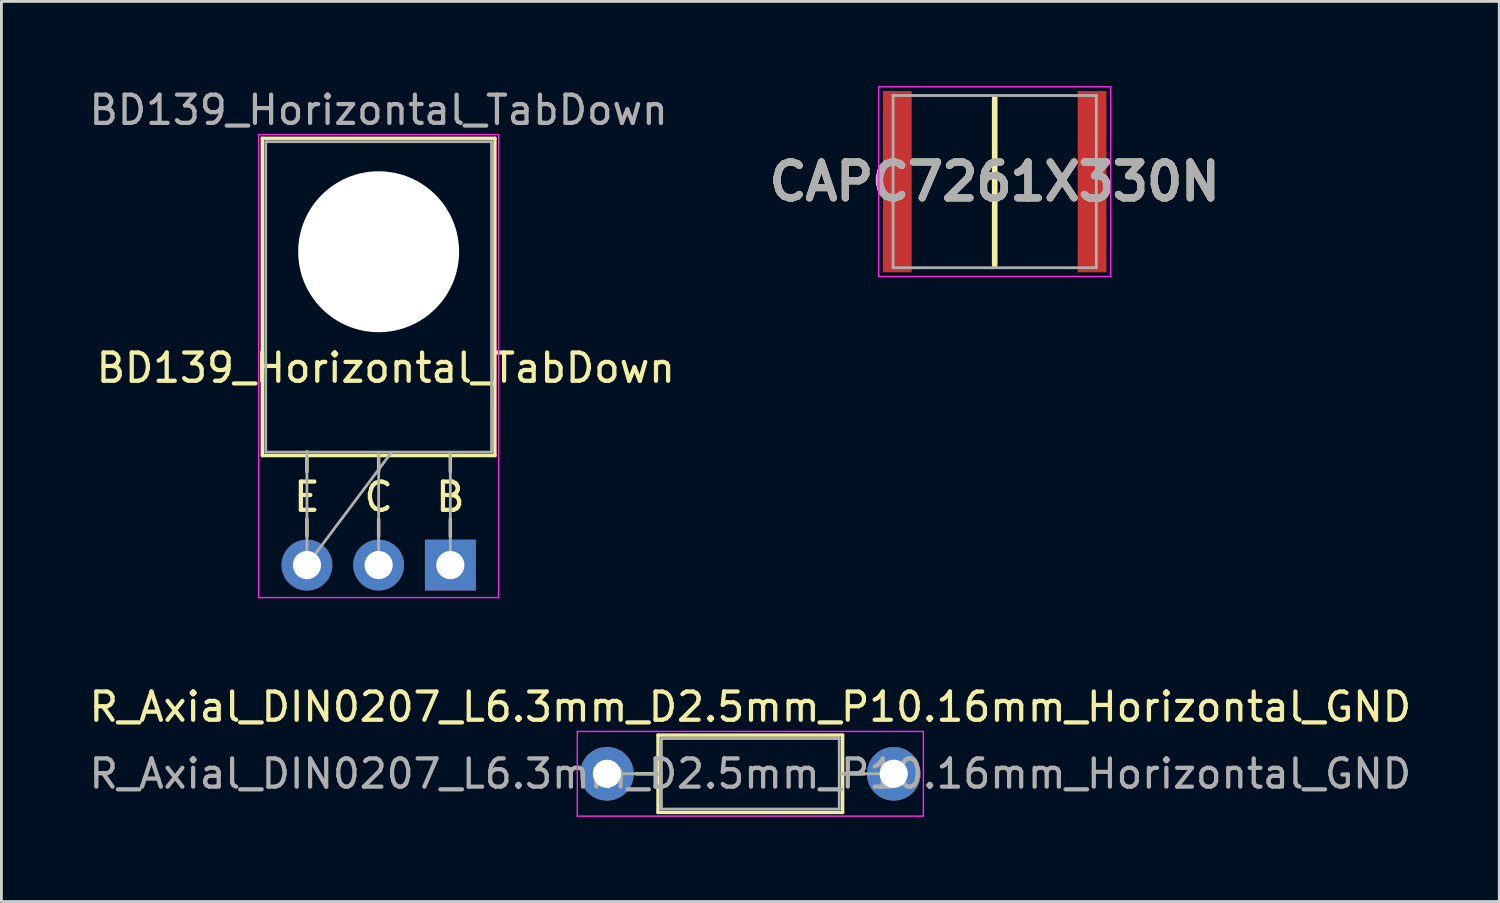
<source format=kicad_pcb>
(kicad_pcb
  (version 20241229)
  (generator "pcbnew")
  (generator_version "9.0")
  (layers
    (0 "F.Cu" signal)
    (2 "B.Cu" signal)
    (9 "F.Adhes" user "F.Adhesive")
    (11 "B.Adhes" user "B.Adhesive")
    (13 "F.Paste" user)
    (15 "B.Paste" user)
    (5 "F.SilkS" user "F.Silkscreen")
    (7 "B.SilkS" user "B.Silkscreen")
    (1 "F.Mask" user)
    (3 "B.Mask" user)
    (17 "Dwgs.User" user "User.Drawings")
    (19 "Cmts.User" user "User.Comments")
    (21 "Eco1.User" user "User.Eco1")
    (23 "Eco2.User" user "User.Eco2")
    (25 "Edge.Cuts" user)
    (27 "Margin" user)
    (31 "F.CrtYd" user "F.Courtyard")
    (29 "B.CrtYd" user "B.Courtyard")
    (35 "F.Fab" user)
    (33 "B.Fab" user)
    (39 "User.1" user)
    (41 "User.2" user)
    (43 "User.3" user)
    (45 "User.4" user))
  (footprint "CAPC7261X330N"
    (layer "F.Cu")
    (at 32.187 3.385)
    (property "Reference" "CAPC7261X330N" (at 0 0 0) (layer "F.SilkS") (effects (font (size 1.27 1.27) (thickness 0.254))))
    (attr smd)
    (fp_line (start 0 -2.95) (end 0 2.95) (stroke (width 0.2) (type solid)) (layer "F.SilkS"))
    (fp_line (start -4.11 -3.36) (end 4.11 -3.36) (stroke (width 0.05) (type solid)) (layer "F.CrtYd"))
    (fp_line (start -4.11 3.36) (end -4.11 -3.36) (stroke (width 0.05) (type solid)) (layer "F.CrtYd"))
    (fp_line (start 4.11 -3.36) (end 4.11 3.36) (stroke (width 0.05) (type solid)) (layer "F.CrtYd"))
    (fp_line (start 4.11 3.36) (end -4.11 3.36) (stroke (width 0.05) (type solid)) (layer "F.CrtYd"))
    (fp_line (start -3.6 -3.05) (end 3.6 -3.05) (stroke (width 0.1) (type solid)) (layer "F.Fab"))
    (fp_line (start -3.6 3.05) (end -3.6 -3.05) (stroke (width 0.1) (type solid)) (layer "F.Fab"))
    (fp_line (start 3.6 -3.05) (end 3.6 3.05) (stroke (width 0.1) (type solid)) (layer "F.Fab"))
    (fp_line (start 3.6 3.05) (end -3.6 3.05) (stroke (width 0.1) (type solid)) (layer "F.Fab"))
    (fp_text user "${REFERENCE}" (at 0 0 0) (layer "F.Fab") (effects (font (size 1.27 1.27) (thickness 0.254))))
    (pad "1" smd rect (at -3.45 0) (size 1.02 6.42) (layers "F.Cu" "F.Mask" "F.Paste"))
    (pad "2" smd rect (at 3.45 0) (size 1.02 6.42) (layers "F.Cu" "F.Mask" "F.Paste")))
  (footprint "BD139_Horizontal_TabDown"
    (layer "F.Cu")
    (at 7.823 16.968)
    (property "Reference" "BD139_Horizontal_TabDown" (at 2.794 -6.985 0) (layer "F.SilkS") (effects (font (size 1 1) (thickness 0.15))))
    (attr through_hole)
    (fp_line (start -1.58 -15.12) (end -1.58 -3.88) (stroke (width 0.12) (type solid)) (layer "F.SilkS"))
    (fp_line (start -1.58 -15.12) (end 6.66 -15.12) (stroke (width 0.12) (type solid)) (layer "F.SilkS"))
    (fp_line (start -1.58 -3.88) (end 6.66 -3.88) (stroke (width 0.12) (type solid)) (layer "F.SilkS"))
    (fp_line (start 0 -3.88) (end 0 -3.302) (stroke (width 0.12) (type solid)) (layer "F.SilkS"))
    (fp_line (start 0 -1.623) (end 0 -1.016) (stroke (width 0.12) (type solid)) (layer "F.SilkS"))
    (fp_line (start 2.54 -3.88) (end 2.54 -3.302) (stroke (width 0.12) (type solid)) (layer "F.SilkS"))
    (fp_line (start 2.54 -1.623) (end 2.54 -1.016) (stroke (width 0.12) (type solid)) (layer "F.SilkS"))
    (fp_line (start 5.08 -3.88) (end 5.08 -3.302) (stroke (width 0.12) (type solid)) (layer "F.SilkS"))
    (fp_line (start 5.08 -1.623) (end 5.08 -1.016) (stroke (width 0.12) (type solid)) (layer "F.SilkS"))
    (fp_line (start 6.66 -15.12) (end 6.66 -3.88) (stroke (width 0.12) (type solid)) (layer "F.SilkS"))
    (fp_line (start -1.71 -15.25) (end -1.71 1.15) (stroke (width 0.05) (type solid)) (layer "F.CrtYd"))
    (fp_line (start -1.71 1.15) (end 6.79 1.15) (stroke (width 0.05) (type solid)) (layer "F.CrtYd"))
    (fp_line (start 6.79 -15.25) (end -1.71 -15.25) (stroke (width 0.05) (type solid)) (layer "F.CrtYd"))
    (fp_line (start 6.79 1.15) (end 6.79 -15.25) (stroke (width 0.05) (type solid)) (layer "F.CrtYd"))
    (fp_line (start -1.46 -15) (end 6.54 -15) (stroke (width 0.1) (type solid)) (layer "F.Fab"))
    (fp_line (start -1.46 -4) (end -1.46 -15) (stroke (width 0.1) (type solid)) (layer "F.Fab"))
    (fp_line (start 0 -4.032) (end 0 -0.032) (stroke (width 0.1) (type solid)) (layer "F.Fab"))
    (fp_line (start 2.54 -4) (end 2.54 0) (stroke (width 0.1) (type solid)) (layer "F.Fab"))
    (fp_line (start 3 -4) (end 0 0) (stroke (width 0.1) (type solid)) (layer "F.Fab"))
    (fp_line (start 5.08 -4) (end 5.08 0) (stroke (width 0.1) (type solid)) (layer "F.Fab"))
    (fp_line (start 6.54 -15) (end 6.54 -4) (stroke (width 0.1) (type solid)) (layer "F.Fab"))
    (fp_line (start 6.54 -4) (end -1.46 -4) (stroke (width 0.1) (type solid)) (layer "F.Fab"))
    (fp_circle (center 2.54 -11.1) (end 4.39 -11.1) (stroke (width 0.1) (type solid)) (fill no) (layer "F.Fab"))
    (fp_text user "B" (at 5.08 -2.413 0) (unlocked yes) (layer "F.SilkS") (effects (font (size 1 1) (thickness 0.15))))
    (fp_text user "E" (at 0 -2.413 0) (unlocked yes) (layer "F.SilkS") (effects (font (size 1 1) (thickness 0.15))))
    (fp_text user "C" (at 2.54 -2.413 0) (unlocked yes) (layer "F.SilkS") (effects (font (size 1 1) (thickness 0.15))))
    (fp_text user "${REFERENCE}" (at 2.54 -16.12 0) (layer "F.Fab") (effects (font (size 1 1) (thickness 0.15))))
    (pad "" np_thru_hole circle (at 2.54 -11.1) (size 5.7 5.7) (drill 5.7) (layers "*.Cu" "*.Mask"))
    (pad "1" thru_hole rect (at 5.08 0) (size 1.8 1.8) (drill 1) (layers "*.Cu" "*.Mask"))
    (pad "2" thru_hole oval (at 2.54 0) (size 1.8 1.8) (drill 1) (layers "*.Cu" "*.Mask"))
    (pad "3" thru_hole oval (at 0 0) (size 1.8 1.8) (drill 1) (layers "*.Cu" "*.Mask")))
  (footprint "R_Axial_DIN0207_L6.3mm_D2.5mm_P10.16mm_Horizontal_GND"
    (layer "F.Cu")
    (at 18.45 24.361)
    (property "Reference" "R_Axial_DIN0207_L6.3mm_D2.5mm_P10.16mm_Horizontal_GND" (at 5.08 -2.37 0) (layer "F.SilkS") (effects (font (size 1 1) (thickness 0.15))))
    (attr through_hole)
    (fp_line (start 1.04 0) (end 1.81 0) (stroke (width 0.12) (type solid)) (layer "F.SilkS"))
    (fp_line (start 1.81 -1.37) (end 1.81 1.37) (stroke (width 0.12) (type solid)) (layer "F.SilkS"))
    (fp_line (start 1.81 1.37) (end 8.35 1.37) (stroke (width 0.12) (type solid)) (layer "F.SilkS"))
    (fp_line (start 8.35 -1.37) (end 1.81 -1.37) (stroke (width 0.12) (type solid)) (layer "F.SilkS"))
    (fp_line (start 8.35 1.37) (end 8.35 -1.37) (stroke (width 0.12) (type solid)) (layer "F.SilkS"))
    (fp_line (start 9.12 0) (end 8.35 0) (stroke (width 0.12) (type solid)) (layer "F.SilkS"))
    (fp_line (start -1.05 -1.5) (end -1.05 1.5) (stroke (width 0.05) (type solid)) (layer "F.CrtYd"))
    (fp_line (start -1.05 1.5) (end 11.21 1.5) (stroke (width 0.05) (type solid)) (layer "F.CrtYd"))
    (fp_line (start 11.21 -1.5) (end -1.05 -1.5) (stroke (width 0.05) (type solid)) (layer "F.CrtYd"))
    (fp_line (start 11.21 1.5) (end 11.21 -1.5) (stroke (width 0.05) (type solid)) (layer "F.CrtYd"))
    (fp_line (start 0 0) (end 1.93 0) (stroke (width 0.1) (type solid)) (layer "F.Fab"))
    (fp_line (start 1.93 -1.25) (end 1.93 1.25) (stroke (width 0.1) (type solid)) (layer "F.Fab"))
    (fp_line (start 1.93 1.25) (end 8.23 1.25) (stroke (width 0.1) (type solid)) (layer "F.Fab"))
    (fp_line (start 8.23 -1.25) (end 1.93 -1.25) (stroke (width 0.1) (type solid)) (layer "F.Fab"))
    (fp_line (start 8.23 1.25) (end 8.23 -1.25) (stroke (width 0.1) (type solid)) (layer "F.Fab"))
    (fp_line (start 10.16 0) (end 8.23 0) (stroke (width 0.1) (type solid)) (layer "F.Fab"))
    (fp_text user "${REFERENCE}" (at 5.08 0 0) (layer "F.Fab") (effects (font (size 1 1) (thickness 0.15))))
    (pad "1" thru_hole circle (at 0 0) (size 1.9 1.9) (drill 1) (layers "*.Cu" "*.Mask"))
    (pad "2" thru_hole oval (at 10.16 0) (size 1.9 1.9) (drill 1) (layers "*.Cu" "*.Mask")))
  (gr_rect
    (start -3 -3)
    (end 50.06 28.887)
    (stroke (width 0.1) (type default))
    (fill no)
    (layer "Edge.Cuts")))
</source>
